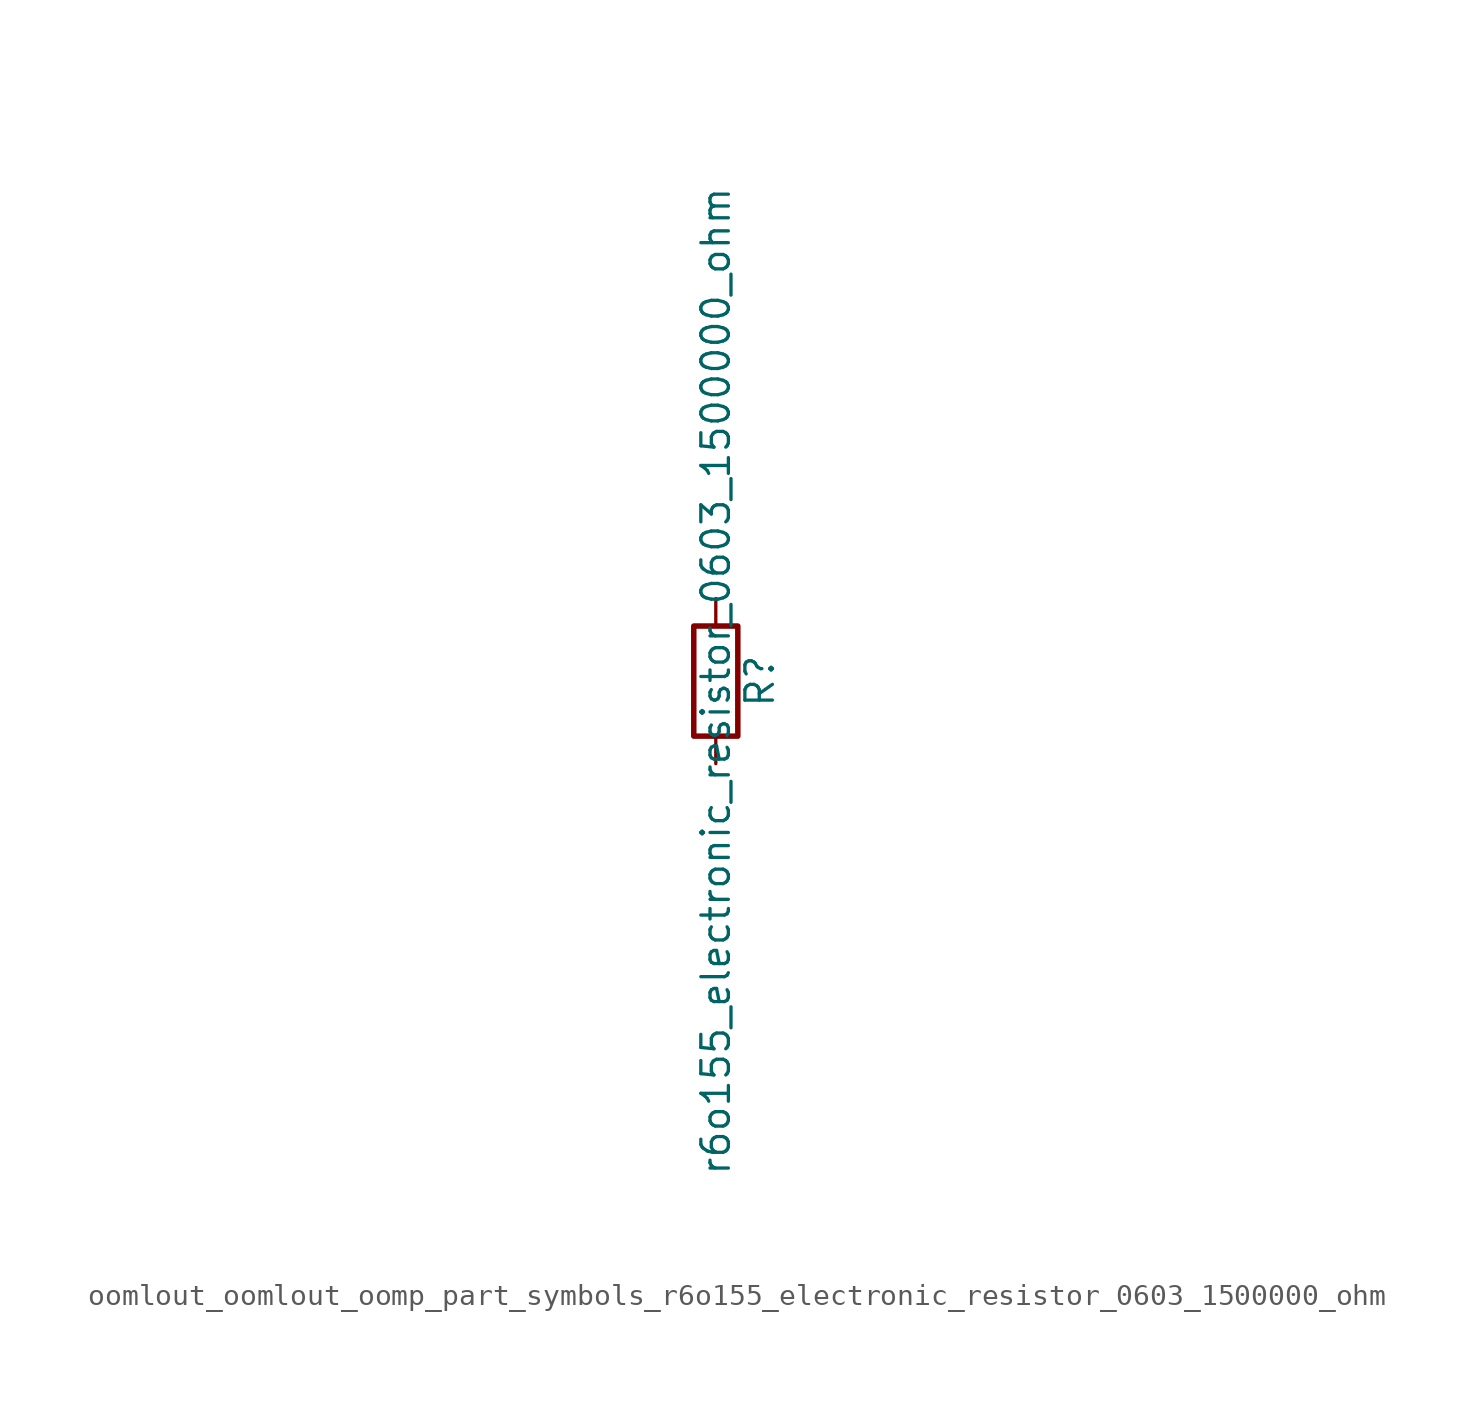
<source format=kicad_sym>
(kicad_symbol_lib
  (version 20220914)
  (generator kicad_symbol_editor)
  (symbol "oomlout_oomlout_oomp_part_symbols_r6o155_electronic_resistor_0603_1500000_ohm"
    (pin_numbers hide)
    (pin_names
      (offset 0))
    (property "Reference" "R"
      (at 2.032 0 90)
      (effects (font (size 1.27 1.27))))
    (property "Value" "r6o155_electronic_resistor_0603_1500000_ohm"
      (at 0 0 90)
      (effects (font (size 1.27 1.27))))
    (symbol "oomlout_oomlout_oomp_part_symbols_r6o155_electronic_resistor_0603_1500000_ohm_0_1"
      (rectangle (start -1.016 -2.54) (end 1.016 2.54) (stroke (width 0.254) (type default)) (fill (type none))))
    (symbol "oomlout_oomlout_oomp_part_symbols_r6o155_electronic_resistor_0603_1500000_ohm_1_1"
      (pin passive line (at 0 3.81 270) (length 1.27) (name "~" (effects (font (size 1.27 1.27)))) (number "1" (effects (font (size 1.27 1.27)))))
      (pin passive line (at 0 -3.81 90) (length 1.27) (name "~" (effects (font (size 1.27 1.27)))) (number "2" (effects (font (size 1.27 1.27))))))))
</source>
